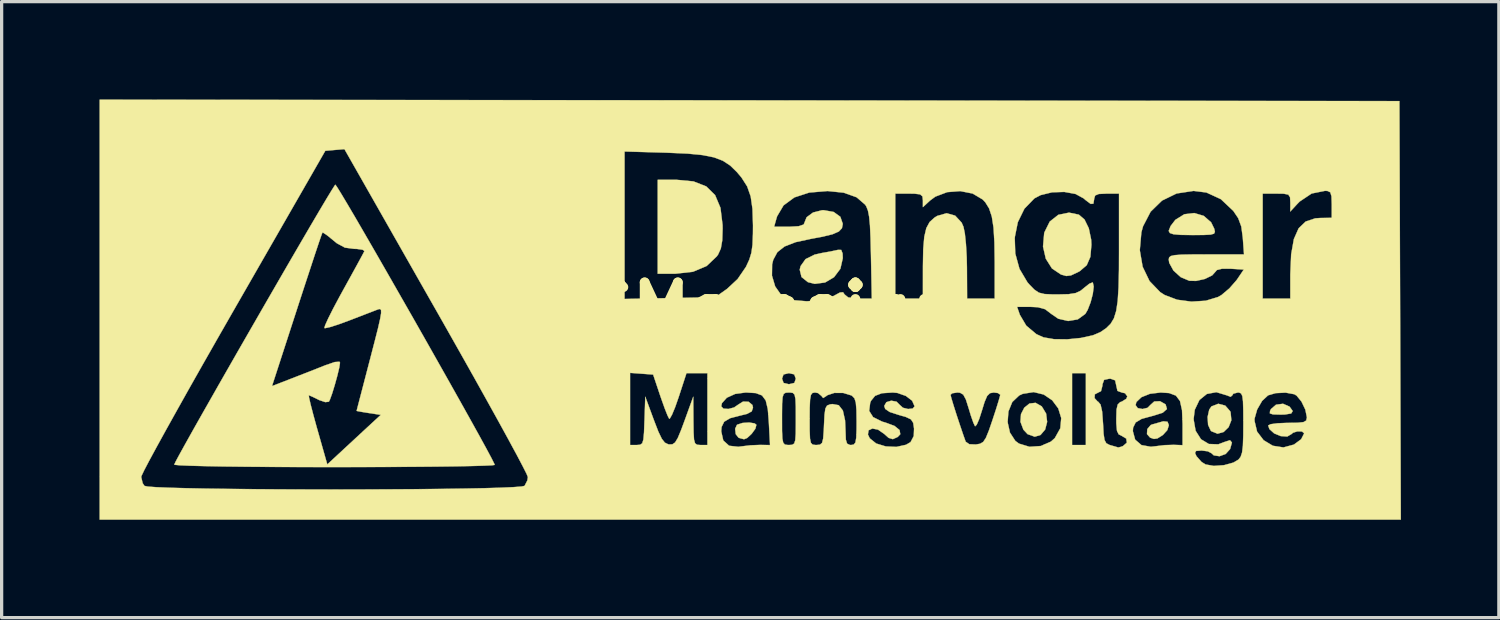
<source format=kicad_pcb>
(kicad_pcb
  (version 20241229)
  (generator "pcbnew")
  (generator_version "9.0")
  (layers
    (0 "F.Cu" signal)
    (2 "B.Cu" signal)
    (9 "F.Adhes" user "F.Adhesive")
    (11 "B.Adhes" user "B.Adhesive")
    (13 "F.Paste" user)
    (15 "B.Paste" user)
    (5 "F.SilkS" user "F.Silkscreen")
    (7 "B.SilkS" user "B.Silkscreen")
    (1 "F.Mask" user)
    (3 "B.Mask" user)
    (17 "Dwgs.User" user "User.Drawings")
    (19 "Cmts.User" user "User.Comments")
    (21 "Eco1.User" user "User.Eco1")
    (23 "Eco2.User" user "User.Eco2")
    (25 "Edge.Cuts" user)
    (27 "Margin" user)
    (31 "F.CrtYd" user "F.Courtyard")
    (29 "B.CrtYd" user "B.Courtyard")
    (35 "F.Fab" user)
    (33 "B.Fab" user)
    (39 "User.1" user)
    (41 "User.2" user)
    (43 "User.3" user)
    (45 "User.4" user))
  (footprint "ACMainsign"
    (layer "F.Cu")
    (at 19.902 6.44)
    (property "Reference" "ACMainsign" (at 0 0 0) (layer "F.SilkS") (effects (font (size 1.524 1.524) (thickness 0.3))))
    (attr through_hole)
    (fp_poly (pts (xy 16.568 2.971) (xy 16.578 2.98) (xy 16.669 3.108) (xy 16.622 3.183) (xy 16.424 3.215) (xy 16.295 3.217) (xy 16.064 3.211) (xy 15.968 3.18) (xy 15.974 3.104) (xy 16.002 3.048) (xy 16.157 2.914) (xy 16.372 2.885) (xy 16.568 2.971)) (stroke (width 0.01) (type solid)) (fill yes) (layer "F.SilkS"))
    (fp_poly (pts (xy 8.977 2.965) (xy 9.111 3.187) (xy 9.142 3.44) (xy 9.081 3.675) (xy 8.939 3.842) (xy 8.762 3.895) (xy 8.542 3.816) (xy 8.415 3.68) (xy 8.324 3.438) (xy 8.341 3.202) (xy 8.442 3.005) (xy 8.599 2.878) (xy 8.787 2.856) (xy 8.977 2.965)) (stroke (width 0.01) (type solid)) (fill yes) (layer "F.SilkS"))
    (fp_poly (pts (xy 0.176 3.486) (xy 0.231 3.53) (xy 0.199 3.65) (xy 0.086 3.806) (xy -0.052 3.934) (xy -0.148 3.973) (xy -0.279 3.938) (xy -0.318 3.923) (xy -0.402 3.816) (xy -0.421 3.652) (xy -0.364 3.53) (xy -0.36 3.527) (xy -0.194 3.473) (xy 0.009 3.46) (xy 0.176 3.486)) (stroke (width 0.01) (type solid)) (fill yes) (layer "F.SilkS"))
    (fp_poly (pts (xy 12.832 3.436) (xy 12.873 3.541) (xy 12.826 3.692) (xy 12.692 3.84) (xy 12.681 3.848) (xy 12.524 3.947) (xy 12.415 3.963) (xy 12.298 3.923) (xy 12.202 3.814) (xy 12.212 3.66) (xy 12.317 3.537) (xy 12.361 3.519) (xy 12.595 3.453) (xy 12.7 3.423) (xy 12.832 3.436)) (stroke (width 0.01) (type solid)) (fill yes) (layer "F.SilkS"))
    (fp_poly (pts (xy 14.601 2.941) (xy 14.753 3.116) (xy 14.765 3.147) (xy 14.788 3.39) (xy 14.705 3.601) (xy 14.552 3.75) (xy 14.365 3.803) (xy 14.178 3.728) (xy 14.156 3.708) (xy 14.075 3.532) (xy 14.06 3.29) (xy 14.11 3.065) (xy 14.177 2.967) (xy 14.388 2.885) (xy 14.601 2.941)) (stroke (width 0.01) (type solid)) (fill yes) (layer "F.SilkS"))
    (fp_poly (pts (xy -1.697 -3.93) (xy -1.306 -3.777) (xy -1.034 -3.509) (xy -0.87 -3.119) (xy -0.806 -2.595) (xy -0.804 -2.483) (xy -0.816 -2.12) (xy -0.859 -1.873) (xy -0.944 -1.687) (xy -0.98 -1.636) (xy -1.293 -1.338) (xy -1.712 -1.161) (xy -2.247 -1.101) (xy -2.265 -1.101) (xy -2.794 -1.101) (xy -2.794 -3.979) (xy -2.214 -3.979) (xy -1.697 -3.93)) (stroke (width 0.01) (type solid)) (fill yes) (layer "F.SilkS"))
    (fp_poly (pts (xy 2.831 -1.83) (xy 2.873 -1.721) (xy 2.879 -1.577) (xy 2.805 -1.253) (xy 2.611 -0.995) (xy 2.336 -0.832) (xy 2.021 -0.79) (xy 1.811 -0.842) (xy 1.614 -0.999) (xy 1.559 -1.224) (xy 1.585 -1.333) (xy 1.737 -1.548) (xy 2.015 -1.686) (xy 2.244 -1.737) (xy 2.5 -1.782) (xy 2.702 -1.825) (xy 2.731 -1.832) (xy 2.831 -1.83)) (stroke (width 0.01) (type solid)) (fill yes) (layer "F.SilkS"))
    (fp_poly (pts (xy 13.941 -2.874) (xy 14.168 -2.676) (xy 14.265 -2.477) (xy 14.284 -2.385) (xy 14.257 -2.328) (xy 14.152 -2.299) (xy 13.939 -2.288) (xy 13.595 -2.286) (xy 13.235 -2.291) (xy 13.015 -2.31) (xy 12.903 -2.348) (xy 12.869 -2.41) (xy 12.869 -2.417) (xy 12.926 -2.562) (xy 13.062 -2.74) (xy 13.077 -2.756) (xy 13.348 -2.924) (xy 13.652 -2.96) (xy 13.941 -2.874)) (stroke (width 0.01) (type solid)) (fill yes) (layer "F.SilkS"))
    (fp_poly (pts (xy 10.114 -2.911) (xy 10.287 -2.763) (xy 10.419 -2.493) (xy 10.491 -2.148) (xy 10.499 -1.988) (xy 10.467 -1.618) (xy 10.356 -1.363) (xy 10.145 -1.181) (xy 10.077 -1.144) (xy 9.872 -1.049) (xy 9.729 -1.031) (xy 9.567 -1.076) (xy 9.29 -1.262) (xy 9.101 -1.561) (xy 9.016 -1.933) (xy 9.051 -2.339) (xy 9.058 -2.368) (xy 9.222 -2.699) (xy 9.484 -2.906) (xy 9.813 -2.973) (xy 10.114 -2.911)) (stroke (width 0.01) (type solid)) (fill yes) (layer "F.SilkS"))
    (fp_poly (pts (xy -12.624 -3.762) (xy -12.5 -3.562) (xy -12.311 -3.246) (xy -12.066 -2.83) (xy -11.775 -2.329) (xy -11.445 -1.758) (xy -11.087 -1.135) (xy -10.709 -0.474) (xy -10.319 0.208) (xy -9.928 0.896) (xy -9.544 1.575) (xy -9.176 2.227) (xy -8.832 2.839) (xy -8.523 3.393) (xy -8.256 3.874) (xy -8.041 4.267) (xy -7.887 4.555) (xy -7.803 4.723) (xy -7.789 4.759) (xy -7.872 4.771) (xy -8.108 4.782) (xy -8.484 4.793) (xy -8.985 4.803) (xy -9.596 4.811) (xy -10.302 4.817) (xy -11.087 4.822) (xy -11.938 4.825) (xy -12.7 4.826) (xy -13.692 4.825) (xy -14.597 4.821) (xy -15.405 4.815) (xy -16.105 4.807) (xy -16.685 4.796) (xy -17.134 4.784) (xy -17.441 4.771) (xy -17.594 4.756) (xy -17.611 4.749) (xy -17.57 4.66) (xy -17.453 4.442) (xy -17.269 4.109) (xy -17.028 3.678) (xy -16.738 3.165) (xy -16.408 2.585) (xy -16.271 2.344) (xy -14.616 2.344) (xy -14.018 2.112) (xy -13.645 1.967) (xy -13.262 1.817) (xy -12.975 1.703) (xy -12.691 1.606) (xy -12.548 1.597) (xy -12.531 1.626) (xy -12.554 1.776) (xy -12.612 2.02) (xy -12.69 2.303) (xy -12.771 2.568) (xy -12.841 2.761) (xy -12.872 2.822) (xy -12.981 2.835) (xy -13.166 2.773) (xy -13.194 2.759) (xy -13.377 2.669) (xy -13.483 2.625) (xy -13.488 2.625) (xy -13.479 2.701) (xy -13.431 2.91) (xy -13.35 3.221) (xy -13.245 3.604) (xy -13.222 3.684) (xy -12.921 4.744) (xy -12.62 4.465) (xy -12.409 4.269) (xy -12.129 4.01) (xy -11.837 3.739) (xy -11.8 3.705) (xy -11.281 3.225) (xy -11.652 3.169) (xy -11.874 3.133) (xy -12.006 3.108) (xy -12.022 3.102) (xy -12.001 3.02) (xy -11.944 2.8) (xy -11.857 2.467) (xy -11.747 2.045) (xy -11.621 1.56) (xy -11.607 1.508) (xy -11.466 0.963) (xy -11.364 0.562) (xy -11.301 0.283) (xy -11.271 0.107) (xy -11.273 0.013) (xy -11.303 -0.02) (xy -11.357 -0.011) (xy -11.375 -0.004) (xy -11.535 0.057) (xy -11.804 0.161) (xy -12.134 0.288) (xy -12.261 0.337) (xy -12.578 0.453) (xy -12.832 0.534) (xy -12.985 0.568) (xy -13.011 0.564) (xy -12.987 0.479) (xy -12.894 0.273) (xy -12.743 -0.028) (xy -12.547 -0.395) (xy -12.433 -0.603) (xy -12.215 -0.998) (xy -12.026 -1.342) (xy -11.882 -1.606) (xy -11.798 -1.764) (xy -11.783 -1.794) (xy -11.839 -1.836) (xy -12.015 -1.861) (xy -12.097 -1.863) (xy -12.38 -1.9) (xy -12.629 -2.035) (xy -12.742 -2.128) (xy -12.924 -2.276) (xy -13.045 -2.357) (xy -13.071 -2.361) (xy -13.103 -2.275) (xy -13.181 -2.049) (xy -13.297 -1.702) (xy -13.444 -1.255) (xy -13.617 -0.729) (xy -13.808 -0.144) (xy -13.857 0.008) (xy -14.616 2.344) (xy -16.271 2.344) (xy -16.049 1.955) (xy -15.668 1.289) (xy -15.274 0.604) (xy -14.878 -0.084) (xy -14.488 -0.759) (xy -14.113 -1.407) (xy -13.762 -2.01) (xy -13.445 -2.553) (xy -13.17 -3.02) (xy -12.947 -3.395) (xy -12.784 -3.663) (xy -12.692 -3.808) (xy -12.674 -3.83) (xy -12.624 -3.762)) (stroke (width 0.01) (type solid)) (fill yes) (layer "F.SilkS"))
    (fp_poly (pts (xy 0.021 -6.414) (xy 19.939 -6.392) (xy 19.961 0.021) (xy 19.982 6.435) (xy -19.897 6.435) (xy -19.897 5.127) (xy -18.625 5.127) (xy -18.579 5.32) (xy -18.525 5.402) (xy -18.421 5.423) (xy -18.165 5.442) (xy -17.773 5.458) (xy -17.263 5.472) (xy -16.652 5.485) (xy -15.956 5.494) (xy -15.193 5.502) (xy -14.38 5.508) (xy -13.533 5.511) (xy -12.67 5.512) (xy -11.807 5.511) (xy -10.962 5.507) (xy -10.152 5.502) (xy -9.393 5.494) (xy -8.702 5.484) (xy -8.098 5.472) (xy -7.595 5.457) (xy -7.213 5.44) (xy -6.966 5.421) (xy -6.875 5.402) (xy -6.789 5.235) (xy -6.773 5.131) (xy -6.814 5.03) (xy -6.933 4.795) (xy -7.121 4.438) (xy -7.278 4.149) (xy -3.641 4.149) (xy -3.432 4.149) (xy -3.332 4.141) (xy -3.269 4.097) (xy -3.233 3.982) (xy -3.213 3.764) (xy -3.2 3.411) (xy -3.199 3.408) (xy -3.175 2.667) (xy -2.91 3.387) (xy -2.774 3.739) (xy -2.668 3.959) (xy -2.573 4.078) (xy -2.471 4.127) (xy -2.444 4.131) (xy -2.344 4.128) (xy -2.262 4.072) (xy -2.178 3.934) (xy -2.075 3.686) (xy -1.973 3.411) (xy -1.704 2.667) (xy -1.699 3.408) (xy -1.694 3.762) (xy -1.681 3.981) (xy -1.649 4.096) (xy -1.588 4.141) (xy -1.49 4.149) (xy -1.482 4.149) (xy -1.27 4.149) (xy -1.27 2.963) (xy -0.847 2.963) (xy -0.78 3.034) (xy -0.626 3.044) (xy -0.452 2.998) (xy -0.335 2.917) (xy -0.178 2.818) (xy -0.008 2.824) (xy 0.109 2.922) (xy 0.127 3.003) (xy 0.088 3.118) (xy -0.056 3.196) (xy -0.254 3.244) (xy -0.574 3.327) (xy -0.757 3.436) (xy -0.836 3.597) (xy -0.847 3.73) (xy -0.784 4.01) (xy -0.605 4.172) (xy -0.321 4.204) (xy -0.261 4.195) (xy 0.048 4.158) (xy 0.346 4.146) (xy 0.649 4.151) (xy 0.612 3.451) (xy 0.604 3.344) (xy 1.016 3.344) (xy 1.017 3.717) (xy 1.027 3.952) (xy 1.054 4.081) (xy 1.106 4.136) (xy 1.192 4.148) (xy 1.228 4.149) (xy 1.326 4.143) (xy 1.388 4.105) (xy 1.422 4.003) (xy 1.436 3.806) (xy 1.439 3.48) (xy 1.439 3.344) (xy 1.863 3.344) (xy 1.864 3.717) (xy 1.874 3.952) (xy 1.901 4.081) (xy 1.953 4.136) (xy 2.038 4.148) (xy 2.071 4.149) (xy 2.178 4.139) (xy 2.243 4.085) (xy 2.277 3.952) (xy 2.296 3.702) (xy 2.303 3.535) (xy 2.319 3.218) (xy 2.345 3.033) (xy 2.396 2.941) (xy 2.488 2.904) (xy 2.561 2.894) (xy 2.754 2.929) (xy 2.881 3.092) (xy 2.949 3.397) (xy 2.963 3.731) (xy 2.972 3.983) (xy 3.011 4.108) (xy 3.097 4.147) (xy 3.133 4.149) (xy 3.215 4.135) (xy 3.265 4.073) (xy 3.291 3.928) (xy 3.295 3.826) (xy 3.649 3.826) (xy 3.705 3.944) (xy 3.903 4.103) (xy 4.195 4.192) (xy 4.521 4.207) (xy 4.817 4.142) (xy 4.957 4.06) (xy 5.054 3.874) (xy 5.063 3.648) (xy 5.037 3.47) (xy 4.968 3.363) (xy 4.813 3.29) (xy 4.593 3.227) (xy 4.317 3.137) (xy 4.179 3.043) (xy 4.149 2.951) (xy 4.215 2.836) (xy 4.365 2.791) (xy 4.527 2.821) (xy 4.626 2.921) (xy 4.722 3.007) (xy 4.879 3.046) (xy 5.023 3.031) (xy 5.08 2.963) (xy 5.004 2.791) (xy 4.811 2.644) (xy 4.713 2.61) (xy 6.181 2.61) (xy 6.206 2.712) (xy 6.272 2.93) (xy 6.364 3.22) (xy 6.469 3.537) (xy 6.571 3.838) (xy 6.646 4.048) (xy 6.758 4.125) (xy 6.956 4.133) (xy 7.087 4.111) (xy 7.183 4.054) (xy 7.265 3.93) (xy 7.356 3.707) (xy 7.444 3.452) (xy 7.931 3.452) (xy 8.002 3.769) (xy 8.167 4.023) (xy 8.279 4.106) (xy 8.601 4.204) (xy 8.949 4.18) (xy 9.257 4.045) (xy 9.377 3.938) (xy 9.546 3.635) (xy 9.574 3.322) (xy 9.483 3.027) (xy 9.297 2.778) (xy 9.038 2.602) (xy 8.73 2.527) (xy 8.397 2.58) (xy 8.285 2.631) (xy 8.073 2.832) (xy 7.955 3.122) (xy 7.931 3.452) (xy 7.444 3.452) (xy 7.465 3.39) (xy 7.572 3.064) (xy 7.654 2.799) (xy 7.7 2.636) (xy 7.705 2.607) (xy 7.632 2.556) (xy 7.503 2.54) (xy 7.389 2.561) (xy 7.303 2.646) (xy 7.224 2.831) (xy 7.145 3.088) (xy 7.06 3.352) (xy 6.984 3.527) (xy 6.934 3.576) (xy 6.933 3.575) (xy 6.881 3.466) (xy 6.804 3.246) (xy 6.738 3.027) (xy 6.651 2.752) (xy 6.571 2.604) (xy 6.472 2.547) (xy 6.39 2.54) (xy 6.232 2.564) (xy 6.181 2.61) (xy 4.713 2.61) (xy 4.552 2.553) (xy 4.41 2.54) (xy 4.076 2.562) (xy 3.868 2.642) (xy 3.743 2.796) (xy 3.719 2.853) (xy 3.687 3.103) (xy 3.808 3.294) (xy 4.087 3.433) (xy 4.192 3.463) (xy 4.464 3.564) (xy 4.619 3.69) (xy 4.641 3.819) (xy 4.563 3.902) (xy 4.413 3.97) (xy 4.283 3.93) (xy 4.149 3.81) (xy 3.959 3.678) (xy 3.786 3.644) (xy 3.67 3.698) (xy 3.649 3.826) (xy 3.295 3.826) (xy 3.301 3.668) (xy 3.302 3.432) (xy 3.297 3.074) (xy 3.278 2.848) (xy 3.236 2.717) (xy 3.164 2.643) (xy 3.138 2.628) (xy 2.891 2.553) (xy 2.62 2.552) (xy 2.407 2.622) (xy 2.377 2.646) (xy 2.277 2.709) (xy 2.226 2.646) (xy 2.12 2.557) (xy 2.025 2.54) (xy 1.949 2.554) (xy 1.902 2.616) (xy 1.876 2.758) (xy 1.865 3.011) (xy 1.863 3.344) (xy 1.439 3.344) (xy 1.438 2.972) (xy 1.428 2.737) (xy 1.401 2.608) (xy 1.349 2.553) (xy 1.263 2.54) (xy 1.228 2.54) (xy 1.13 2.546) (xy 1.068 2.583) (xy 1.034 2.685) (xy 1.019 2.883) (xy 1.016 3.208) (xy 1.016 3.344) (xy 0.604 3.344) (xy 0.58 3.047) (xy 0.517 2.783) (xy 0.403 2.63) (xy 0.213 2.558) (xy -0.074 2.54) (xy -0.101 2.54) (xy -0.421 2.584) (xy -0.676 2.7) (xy -0.825 2.866) (xy -0.847 2.963) (xy -1.27 2.963) (xy -1.27 2.117) (xy 1.016 2.117) (xy 1.066 2.249) (xy 1.228 2.286) (xy 1.394 2.246) (xy 1.439 2.117) (xy 1.39 1.984) (xy 1.228 1.947) (xy 9.906 1.947) (xy 9.906 4.149) (xy 10.329 4.149) (xy 10.329 2.713) (xy 10.596 2.713) (xy 10.69 2.816) (xy 10.707 2.823) (xy 10.78 2.91) (xy 10.827 3.12) (xy 10.854 3.474) (xy 10.855 3.485) (xy 10.872 3.804) (xy 10.901 3.994) (xy 10.955 4.095) (xy 11.049 4.145) (xy 11.091 4.158) (xy 11.254 4.204) (xy 11.317 4.225) (xy 11.396 4.207) (xy 11.465 4.182) (xy 11.586 4.077) (xy 11.566 3.951) (xy 11.43 3.87) (xy 11.332 3.82) (xy 11.289 3.724) (xy 11.769 3.724) (xy 11.84 3.985) (xy 12.033 4.152) (xy 12.321 4.203) (xy 12.446 4.189) (xy 12.742 4.153) (xy 13.018 4.144) (xy 13.293 4.154) (xy 13.293 3.502) (xy 13.287 3.36) (xy 13.631 3.36) (xy 13.693 3.713) (xy 13.858 3.973) (xy 14.099 4.118) (xy 14.387 4.128) (xy 14.575 4.057) (xy 14.746 4.002) (xy 14.806 4.073) (xy 14.752 4.266) (xy 14.748 4.275) (xy 14.614 4.424) (xy 14.425 4.493) (xy 14.249 4.466) (xy 14.182 4.403) (xy 14.067 4.342) (xy 13.877 4.318) (xy 13.708 4.331) (xy 13.674 4.392) (xy 13.719 4.492) (xy 13.873 4.667) (xy 13.997 4.745) (xy 14.251 4.79) (xy 14.564 4.767) (xy 14.853 4.687) (xy 15.005 4.597) (xy 15.072 4.512) (xy 15.116 4.381) (xy 15.142 4.171) (xy 15.153 3.849) (xy 15.155 3.501) (xy 15.155 3.404) (xy 15.497 3.404) (xy 15.576 3.738) (xy 15.777 4.002) (xy 16.059 4.172) (xy 16.384 4.223) (xy 16.706 4.136) (xy 16.927 3.973) (xy 17.016 3.798) (xy 17.017 3.789) (xy 16.952 3.734) (xy 16.811 3.731) (xy 16.676 3.774) (xy 16.637 3.81) (xy 16.502 3.889) (xy 16.303 3.876) (xy 16.1 3.793) (xy 15.954 3.661) (xy 15.917 3.55) (xy 15.995 3.511) (xy 16.199 3.483) (xy 16.486 3.471) (xy 16.51 3.471) (xy 16.821 3.467) (xy 16.999 3.447) (xy 17.081 3.4) (xy 17.102 3.316) (xy 17.103 3.298) (xy 17.055 3.063) (xy 16.938 2.819) (xy 16.789 2.637) (xy 16.718 2.593) (xy 16.451 2.544) (xy 16.146 2.559) (xy 15.913 2.627) (xy 15.73 2.798) (xy 15.579 3.06) (xy 15.5 3.338) (xy 15.497 3.404) (xy 15.155 3.404) (xy 15.153 3.086) (xy 15.145 2.811) (xy 15.124 2.648) (xy 15.085 2.568) (xy 15.025 2.542) (xy 14.986 2.54) (xy 14.848 2.577) (xy 14.817 2.628) (xy 14.765 2.672) (xy 14.653 2.628) (xy 14.328 2.53) (xy 14.038 2.584) (xy 13.809 2.77) (xy 13.666 3.07) (xy 13.631 3.36) (xy 13.287 3.36) (xy 13.276 3.081) (xy 13.214 2.801) (xy 13.089 2.635) (xy 12.881 2.557) (xy 12.621 2.54) (xy 12.294 2.579) (xy 12.033 2.683) (xy 11.878 2.831) (xy 11.853 2.926) (xy 11.919 3.019) (xy 12.066 3.046) (xy 12.222 3.008) (xy 12.307 2.921) (xy 12.424 2.815) (xy 12.602 2.807) (xy 12.766 2.899) (xy 12.775 2.91) (xy 12.814 3.046) (xy 12.685 3.16) (xy 12.389 3.254) (xy 12.361 3.26) (xy 12.039 3.348) (xy 11.855 3.458) (xy 11.777 3.616) (xy 11.769 3.724) (xy 11.289 3.724) (xy 11.281 3.706) (xy 11.262 3.485) (xy 11.261 3.344) (xy 11.269 3.063) (xy 11.305 2.908) (xy 11.38 2.835) (xy 11.43 2.819) (xy 11.568 2.733) (xy 11.599 2.657) (xy 11.529 2.562) (xy 11.43 2.54) (xy 11.297 2.49) (xy 11.261 2.328) (xy 11.226 2.167) (xy 11.088 2.118) (xy 11.049 2.117) (xy 10.888 2.152) (xy 10.838 2.289) (xy 10.837 2.328) (xy 10.793 2.499) (xy 10.71 2.54) (xy 10.603 2.596) (xy 10.596 2.713) (xy 10.329 2.713) (xy 10.329 1.947) (xy 9.906 1.947) (xy 1.228 1.947) (xy 1.062 1.987) (xy 1.016 2.117) (xy -1.27 2.117) (xy -1.27 1.947) (xy -1.912 1.947) (xy -2.149 2.674) (xy -2.258 2.986) (xy -2.354 3.218) (xy -2.422 3.338) (xy -2.442 3.345) (xy -2.493 3.244) (xy -2.58 3.024) (xy -2.686 2.727) (xy -2.716 2.64) (xy -2.934 1.99) (xy -3.288 1.964) (xy -3.641 1.938) (xy -3.641 4.149) (xy -7.278 4.149) (xy -7.373 3.972) (xy -7.682 3.409) (xy -8.041 2.762) (xy -8.442 2.043) (xy -8.88 1.265) (xy -9.346 0.441) (xy -9.584 0.022) (xy -9.783 -0.327) (xy -3.81 -0.327) (xy -2.42 -0.354) (xy -1.03 -0.381) (xy -0.668 -0.636) (xy -0.345 -0.937) (xy -0.273 -1.042) (xy 0.708 -1.042) (xy 0.806 -0.712) (xy 0.984 -0.458) (xy 1.086 -0.384) (xy 1.388 -0.288) (xy 1.774 -0.256) (xy 2.173 -0.286) (xy 2.511 -0.376) (xy 2.606 -0.424) (xy 2.792 -0.525) (xy 2.887 -0.533) (xy 2.933 -0.466) (xy 3.043 -0.376) (xy 3.294 -0.34) (xy 3.375 -0.339) (xy 3.768 -0.339) (xy 3.742 -1.672) (xy 3.729 -2.197) (xy 3.712 -2.58) (xy 3.686 -2.85) (xy 3.65 -3.034) (xy 3.6 -3.162) (xy 3.565 -3.217) (xy 3.303 -3.443) (xy 2.988 -3.556) (xy 4.487 -3.556) (xy 4.487 -0.339) (xy 5.334 -0.339) (xy 5.335 -1.333) (xy 5.344 -1.851) (xy 5.376 -2.23) (xy 5.439 -2.498) (xy 5.54 -2.685) (xy 5.69 -2.821) (xy 5.774 -2.873) (xy 6.062 -2.955) (xy 6.323 -2.881) (xy 6.522 -2.666) (xy 6.578 -2.538) (xy 6.62 -2.333) (xy 6.654 -2.007) (xy 6.677 -1.61) (xy 6.684 -1.291) (xy 6.689 -0.339) (xy 7.535 -0.339) (xy 7.535 -1.46) (xy 7.526 -2.058) (xy 7.517 -2.21) (xy 8.149 -2.21) (xy 8.165 -1.721) (xy 8.294 -1.251) (xy 8.537 -0.84) (xy 8.592 -0.776) (xy 8.751 -0.613) (xy 8.889 -0.52) (xy 9.062 -0.478) (xy 9.325 -0.466) (xy 9.469 -0.466) (xy 9.801 -0.474) (xy 10.017 -0.508) (xy 10.171 -0.581) (xy 10.28 -0.671) (xy 10.435 -0.794) (xy 10.535 -0.834) (xy 10.543 -0.83) (xy 10.569 -0.705) (xy 10.542 -0.484) (xy 10.475 -0.227) (xy 10.384 0.008) (xy 10.312 0.13) (xy 10.081 0.299) (xy 9.786 0.348) (xy 9.483 0.278) (xy 9.263 0.127) (xy 9.08 -0.013) (xy 8.857 -0.074) (xy 8.637 -0.085) (xy 8.221 -0.085) (xy 8.306 0.159) (xy 8.503 0.492) (xy 8.812 0.751) (xy 9.027 0.849) (xy 9.352 0.905) (xy 9.757 0.91) (xy 10.176 0.868) (xy 10.547 0.786) (xy 10.775 0.689) (xy 10.952 0.568) (xy 11.088 0.434) (xy 11.189 0.266) (xy 11.259 0.039) (xy 11.305 -0.269) (xy 11.331 -0.681) (xy 11.343 -1.219) (xy 11.345 -1.812) (xy 11.345 -1.821) (xy 11.982 -1.821) (xy 12.069 -1.314) (xy 12.28 -0.876) (xy 12.606 -0.537) (xy 12.744 -0.448) (xy 13.125 -0.304) (xy 13.565 -0.245) (xy 14.004 -0.273) (xy 14.38 -0.387) (xy 14.485 -0.447) (xy 14.728 -0.652) (xy 14.947 -0.902) (xy 14.969 -0.933) (xy 15.168 -1.228) (xy 14.761 -1.254) (xy 14.501 -1.253) (xy 14.346 -1.214) (xy 14.324 -1.189) (xy 14.202 -1.051) (xy 13.975 -0.94) (xy 13.707 -0.88) (xy 13.498 -0.885) (xy 13.236 -0.996) (xy 13.014 -1.197) (xy 12.884 -1.434) (xy 12.869 -1.535) (xy 12.881 -1.599) (xy 12.933 -1.643) (xy 13.052 -1.67) (xy 13.265 -1.686) (xy 13.596 -1.692) (xy 14.023 -1.693) (xy 15.176 -1.693) (xy 15.139 -2.2) (xy 15.093 -2.547) (xy 14.998 -2.804) (xy 14.848 -3.026) (xy 14.466 -3.386) (xy 14.097 -3.556) (xy 15.748 -3.556) (xy 15.748 -0.339) (xy 16.595 -0.339) (xy 16.595 -1.079) (xy 16.621 -1.695) (xy 16.704 -2.162) (xy 16.85 -2.492) (xy 17.066 -2.7) (xy 17.359 -2.798) (xy 17.516 -2.809) (xy 17.865 -2.814) (xy 17.865 -3.227) (xy 17.857 -3.475) (xy 17.82 -3.597) (xy 17.732 -3.638) (xy 17.659 -3.641) (xy 17.249 -3.559) (xy 16.884 -3.315) (xy 16.815 -3.245) (xy 16.595 -3.007) (xy 16.595 -3.282) (xy 16.587 -3.444) (xy 16.534 -3.525) (xy 16.393 -3.553) (xy 16.171 -3.556) (xy 15.748 -3.556) (xy 14.097 -3.556) (xy 14.023 -3.59) (xy 13.631 -3.639) (xy 13.11 -3.56) (xy 12.663 -3.342) (xy 12.313 -3.001) (xy 12.081 -2.554) (xy 12.03 -2.368) (xy 11.982 -1.821) (xy 11.345 -1.821) (xy 11.345 -3.556) (xy 10.964 -3.556) (xy 10.726 -3.545) (xy 10.614 -3.499) (xy 10.583 -3.399) (xy 10.583 -3.387) (xy 10.56 -3.248) (xy 10.477 -3.24) (xy 10.313 -3.363) (xy 10.264 -3.408) (xy 10.013 -3.545) (xy 9.668 -3.608) (xy 9.292 -3.596) (xy 8.942 -3.51) (xy 8.752 -3.41) (xy 8.445 -3.093) (xy 8.243 -2.68) (xy 8.149 -2.21) (xy 7.517 -2.21) (xy 7.499 -2.513) (xy 7.446 -2.853) (xy 7.363 -3.103) (xy 7.246 -3.291) (xy 7.167 -3.375) (xy 6.859 -3.558) (xy 6.478 -3.633) (xy 6.078 -3.601) (xy 5.716 -3.464) (xy 5.556 -3.346) (xy 5.334 -3.141) (xy 5.334 -3.348) (xy 5.32 -3.472) (xy 5.248 -3.533) (xy 5.076 -3.554) (xy 4.911 -3.556) (xy 4.487 -3.556) (xy 2.988 -3.556) (xy 2.908 -3.584) (xy 2.413 -3.635) (xy 1.85 -3.588) (xy 1.396 -3.44) (xy 1.063 -3.195) (xy 0.866 -2.862) (xy 0.851 -2.815) (xy 0.774 -2.54) (xy 1.234 -2.54) (xy 1.529 -2.557) (xy 1.678 -2.608) (xy 1.693 -2.639) (xy 1.77 -2.831) (xy 1.968 -2.977) (xy 2.241 -3.046) (xy 2.293 -3.048) (xy 2.599 -2.994) (xy 2.804 -2.846) (xy 2.879 -2.629) (xy 2.853 -2.496) (xy 2.758 -2.395) (xy 2.569 -2.312) (xy 2.257 -2.235) (xy 1.916 -2.172) (xy 1.433 -2.068) (xy 1.094 -1.936) (xy 0.874 -1.762) (xy 0.748 -1.529) (xy 0.713 -1.389) (xy 0.708 -1.042) (xy -0.273 -1.042) (xy -0.089 -1.311) (xy 0.013 -1.531) (xy 0.077 -1.741) (xy 0.112 -1.99) (xy 0.125 -2.329) (xy 0.127 -2.581) (xy 0.111 -3.086) (xy 0.056 -3.47) (xy -0.052 -3.777) (xy -0.227 -4.051) (xy -0.37 -4.22) (xy -0.573 -4.417) (xy -0.796 -4.563) (xy -1.068 -4.667) (xy -1.419 -4.737) (xy -1.877 -4.782) (xy -2.473 -4.808) (xy -2.519 -4.81) (xy -3.81 -4.847) (xy -3.81 -0.327) (xy -9.783 -0.327) (xy -12.395 -4.919) (xy -12.688 -4.894) (xy -12.982 -4.868) (xy -15.802 0.042) (xy -16.283 0.882) (xy -16.738 1.681) (xy -17.16 2.427) (xy -17.542 3.109) (xy -17.878 3.712) (xy -18.16 4.225) (xy -18.382 4.635) (xy -18.536 4.929) (xy -18.615 5.096) (xy -18.625 5.127) (xy -19.897 5.127) (xy -19.897 -6.435) (xy 0.021 -6.414)) (stroke (width 0.01) (type solid)) (fill yes) (layer "F.SilkS")))
  (gr_rect
    (start -3 -3)
    (end 42.889 15.88)
    (stroke (width 0.1) (type default))
    (fill no)
    (layer "Edge.Cuts")))
</source>
